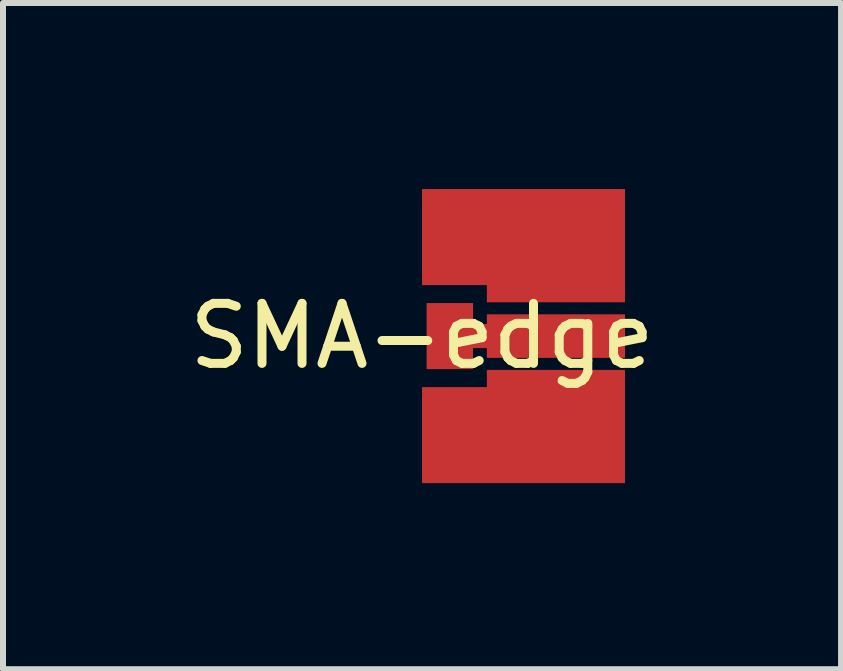
<source format=kicad_pcb>
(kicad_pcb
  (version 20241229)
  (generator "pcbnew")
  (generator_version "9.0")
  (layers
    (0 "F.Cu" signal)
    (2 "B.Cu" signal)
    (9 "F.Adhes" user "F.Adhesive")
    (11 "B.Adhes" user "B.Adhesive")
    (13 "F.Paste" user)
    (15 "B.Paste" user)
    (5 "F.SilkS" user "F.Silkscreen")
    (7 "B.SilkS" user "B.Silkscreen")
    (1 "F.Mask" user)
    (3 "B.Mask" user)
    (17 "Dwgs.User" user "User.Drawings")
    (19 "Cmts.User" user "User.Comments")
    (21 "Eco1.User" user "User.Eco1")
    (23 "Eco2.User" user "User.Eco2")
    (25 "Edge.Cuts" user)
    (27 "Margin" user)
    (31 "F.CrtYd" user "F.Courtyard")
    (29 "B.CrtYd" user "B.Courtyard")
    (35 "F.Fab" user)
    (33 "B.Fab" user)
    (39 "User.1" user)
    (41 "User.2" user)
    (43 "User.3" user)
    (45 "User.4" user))
  (footprint "SMA-edge"
    (layer "F.Cu")
    (at 3.982 2.55)
    (property "Reference" "SMA-edge" (at 0 0 0) (unlocked yes) (layer "F.SilkS") (effects (font (size 1 1) (line_spacing 0) (thickness 0.15))))
    (attr smd board_only)
    (fp_poly (pts (xy 3.482 2.55) (xy -0.1 2.55) (xy -0.1 1.178) (xy 0 1.178) (xy 1 1.178) (xy 1 0.822) (xy 0 0.822) (xy 0 1.178) (xy -0.1 1.178) (xy -0.1 -0.822) (xy 0 -0.822) (xy 1 -0.822) (xy 1 -1.178) (xy 0 -1.178) (xy 0 -0.822) (xy -0.1 -0.822) (xy -0.1 -2.55) (xy 3.482 -2.55)) (stroke (width 0) (type default)) (fill yes) (layer "F.Mask"))
    (pad "1" smd custom (at 1 0) (size 0.05 0.05) (layers "F.Cu") (options (anchor circle)) (primitives (gr_poly (pts (xy -0.15 -0.2) (xy 0.08 -0.2) (xy 0.08 -0.363) (xy 2.382 -0.363) (xy 2.382 0.363) (xy 0.08 0.363) (xy 0.08 0.2) (xy -0.15 0.2) (xy -0.15 0.55) (xy -0.924 0.55) (xy -0.924 -0.55) (xy -0.15 -0.55) (xy -0.15 -0.2)) (width 0) (fill yes))))
    (pad "2" smd custom (at 1 -1) (size 0.1 0.1) (layers "F.Cu") (options (anchor circle)) (primitives (gr_poly (pts (xy 2.382 -1.45) (xy 2.382 0.437) (xy 0.08 0.437) (xy 0.08 0.15) (xy -1 0.15) (xy -1 -1.45) (xy 2.382 -1.45)) (width 0) (fill yes))))
    (pad "2" smd custom (at 1 1) (size 0.1 0.1) (layers "F.Cu") (options (anchor circle)) (primitives (gr_poly (pts (xy 0.08 -0.437) (xy 2.382 -0.437) (xy 2.382 1.45) (xy -1 1.45) (xy -1 -0.15) (xy 0.08 -0.15) (xy 0.08 -0.437)) (width 0) (fill yes))))
    (zone (net_name "") (layer "F.Cu") (name "Panel Keepout") (hatch edge 0.5) (connect_pads) (min_thickness 0.25) (filled_areas_thickness no) (keepout (tracks allowed) (vias not_allowed) (pads allowed) (copperpour not_allowed) (footprints not_allowed)) (placement (enabled no)) (fill) (polygon (pts (xy 3.982 0.85) (xy 7.264 0.85) (xy 7.264 4.25) (xy 3.982 4.25)))))
  (gr_rect
    (start -3 -3)
    (end 10.964 8.1)
    (stroke (width 0.1) (type default))
    (fill no)
    (layer "Edge.Cuts")))
</source>
